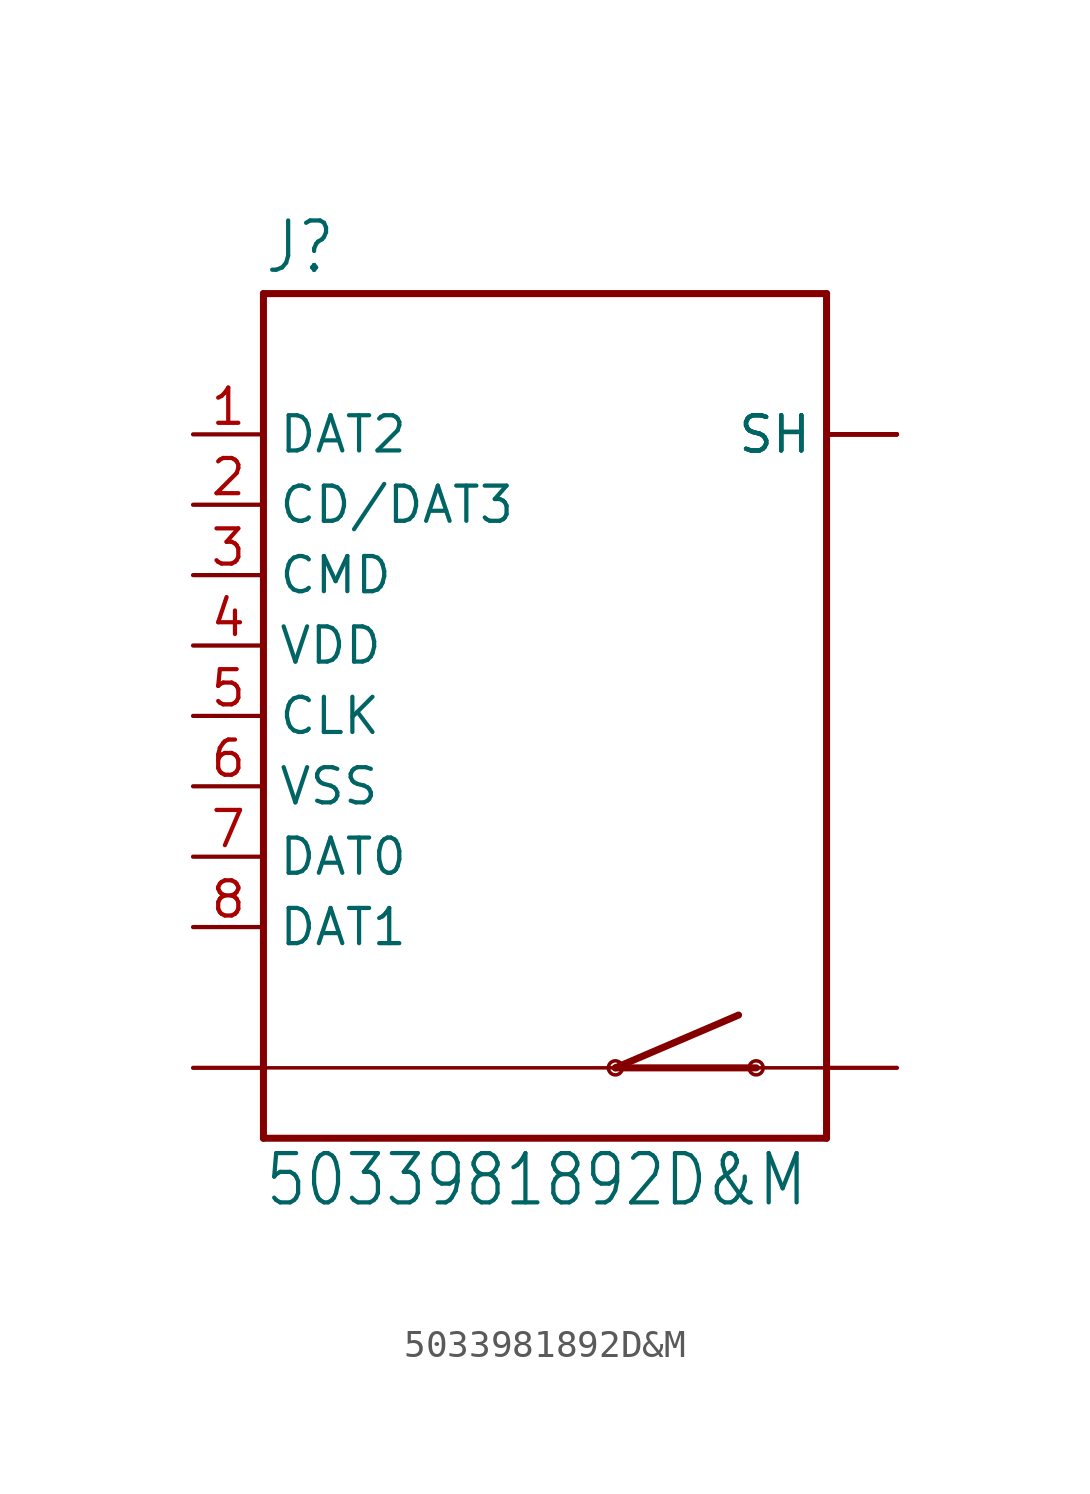
<source format=kicad_sym>
(kicad_symbol_lib
  (version 20211014)
  (generator kicad_symbol_editor)
  (symbol "5033981892D&M"
    (property "Reference" "J"
      (at -10.16 15.875 0)
      (effects (font (size 1.778 1.511)) (justify left bottom)))
    (property "Value" "5033981892D&M"
      (at -10.16 -17.78 0)
      (effects (font (size 1.778 1.511)) (justify left bottom)))
    (property "ki_locked" ""
      (at 0 0 0)
      (effects (font (size 1.27 1.27))))
    (symbol "5033981892D&M_1_0"
      (polyline (pts (xy -10.16 -15.24) (xy 10.16 -15.24)) (stroke (width 0.254) (type default) (color 0 0 0 0)) (fill (type none)))
      (polyline (pts (xy -10.16 -12.7) (xy -10.16 -15.24)) (stroke (width 0.254) (type default) (color 0 0 0 0)) (fill (type none)))
      (polyline (pts (xy -10.16 -12.7) (xy 2.54 -12.7)) (stroke (width 0.127) (type default) (color 0 0 0 0)) (fill (type none)))
      (polyline (pts (xy -10.16 15.24) (xy -10.16 -12.7)) (stroke (width 0.254) (type default) (color 0 0 0 0)) (fill (type none)))
      (polyline (pts (xy 2.54 -12.7) (xy 6.985 -10.795)) (stroke (width 0.254) (type default) (color 0 0 0 0)) (fill (type none)))
      (polyline (pts (xy 2.54 -12.7) (xy 7.62 -12.7)) (stroke (width 0.254) (type default) (color 0 0 0 0)) (fill (type none)))
      (polyline (pts (xy 7.62 -12.7) (xy 10.16 -12.7)) (stroke (width 0.127) (type default) (color 0 0 0 0)) (fill (type none)))
      (polyline (pts (xy 10.16 -15.24) (xy 10.16 -12.7)) (stroke (width 0.254) (type default) (color 0 0 0 0)) (fill (type none)))
      (polyline (pts (xy 10.16 -12.7) (xy 10.16 15.24)) (stroke (width 0.254) (type default) (color 0 0 0 0)) (fill (type none)))
      (polyline (pts (xy 10.16 15.24) (xy -10.16 15.24)) (stroke (width 0.254) (type default) (color 0 0 0 0)) (fill (type none)))
      (circle (center 2.54 -12.7) (radius 0.254) (stroke (width 0.127) (type default) (color 0 0 0 0)) (fill (type none)))
      (circle (center 7.62 -12.7) (radius 0.254) (stroke (width 0.127) (type default) (color 0 0 0 0)) (fill (type none)))
      (pin passive line (at -12.7 10.16 0) (length 2.54) (name "DAT2" (effects (font (size 1.27 1.27)))) (number "1" (effects (font (size 1.27 1.27)))))
      (pin passive line (at -12.7 7.62 0) (length 2.54) (name "CD/DAT3" (effects (font (size 1.27 1.27)))) (number "2" (effects (font (size 1.27 1.27)))))
      (pin passive line (at -12.7 5.08 0) (length 2.54) (name "CMD" (effects (font (size 1.27 1.27)))) (number "3" (effects (font (size 1.27 1.27)))))
      (pin power_in line (at -12.7 2.54 0) (length 2.54) (name "VDD" (effects (font (size 1.27 1.27)))) (number "4" (effects (font (size 1.27 1.27)))))
      (pin passive line (at -12.7 0 0) (length 2.54) (name "CLK" (effects (font (size 1.27 1.27)))) (number "5" (effects (font (size 1.27 1.27)))))
      (pin power_in line (at -12.7 -2.54 0) (length 2.54) (name "VSS" (effects (font (size 1.27 1.27)))) (number "6" (effects (font (size 1.27 1.27)))))
      (pin passive line (at -12.7 -5.08 0) (length 2.54) (name "DAT0" (effects (font (size 1.27 1.27)))) (number "7" (effects (font (size 1.27 1.27)))))
      (pin passive line (at -12.7 -7.62 0) (length 2.54) (name "DAT1" (effects (font (size 1.27 1.27)))) (number "8" (effects (font (size 1.27 1.27)))))
      (pin passive line (at 12.7 10.16 180) (length 2.54) (name "SH" (effects (font (size 1.27 1.27)))) (number "S" (effects (font (size 0 0)))))
      (pin passive line (at 12.7 10.16 180) (length 2.54) (name "SH" (effects (font (size 1.27 1.27)))) (number "S1" (effects (font (size 0 0)))))
      (pin passive line (at 12.7 10.16 180) (length 2.54) (name "SH" (effects (font (size 1.27 1.27)))) (number "S2" (effects (font (size 0 0)))))
      (pin passive line (at 12.7 10.16 180) (length 2.54) (name "SH" (effects (font (size 1.27 1.27)))) (number "S3" (effects (font (size 0 0)))))
      (pin passive line (at -12.7 -12.7 0) (length 2.54) (name "SW1" (effects (font (size 0 0)))) (number "SW1" (effects (font (size 0 0)))))
      (pin passive line (at 12.7 -12.7 180) (length 2.54) (name "SW2" (effects (font (size 0 0)))) (number "SW2" (effects (font (size 0 0))))))))
</source>
